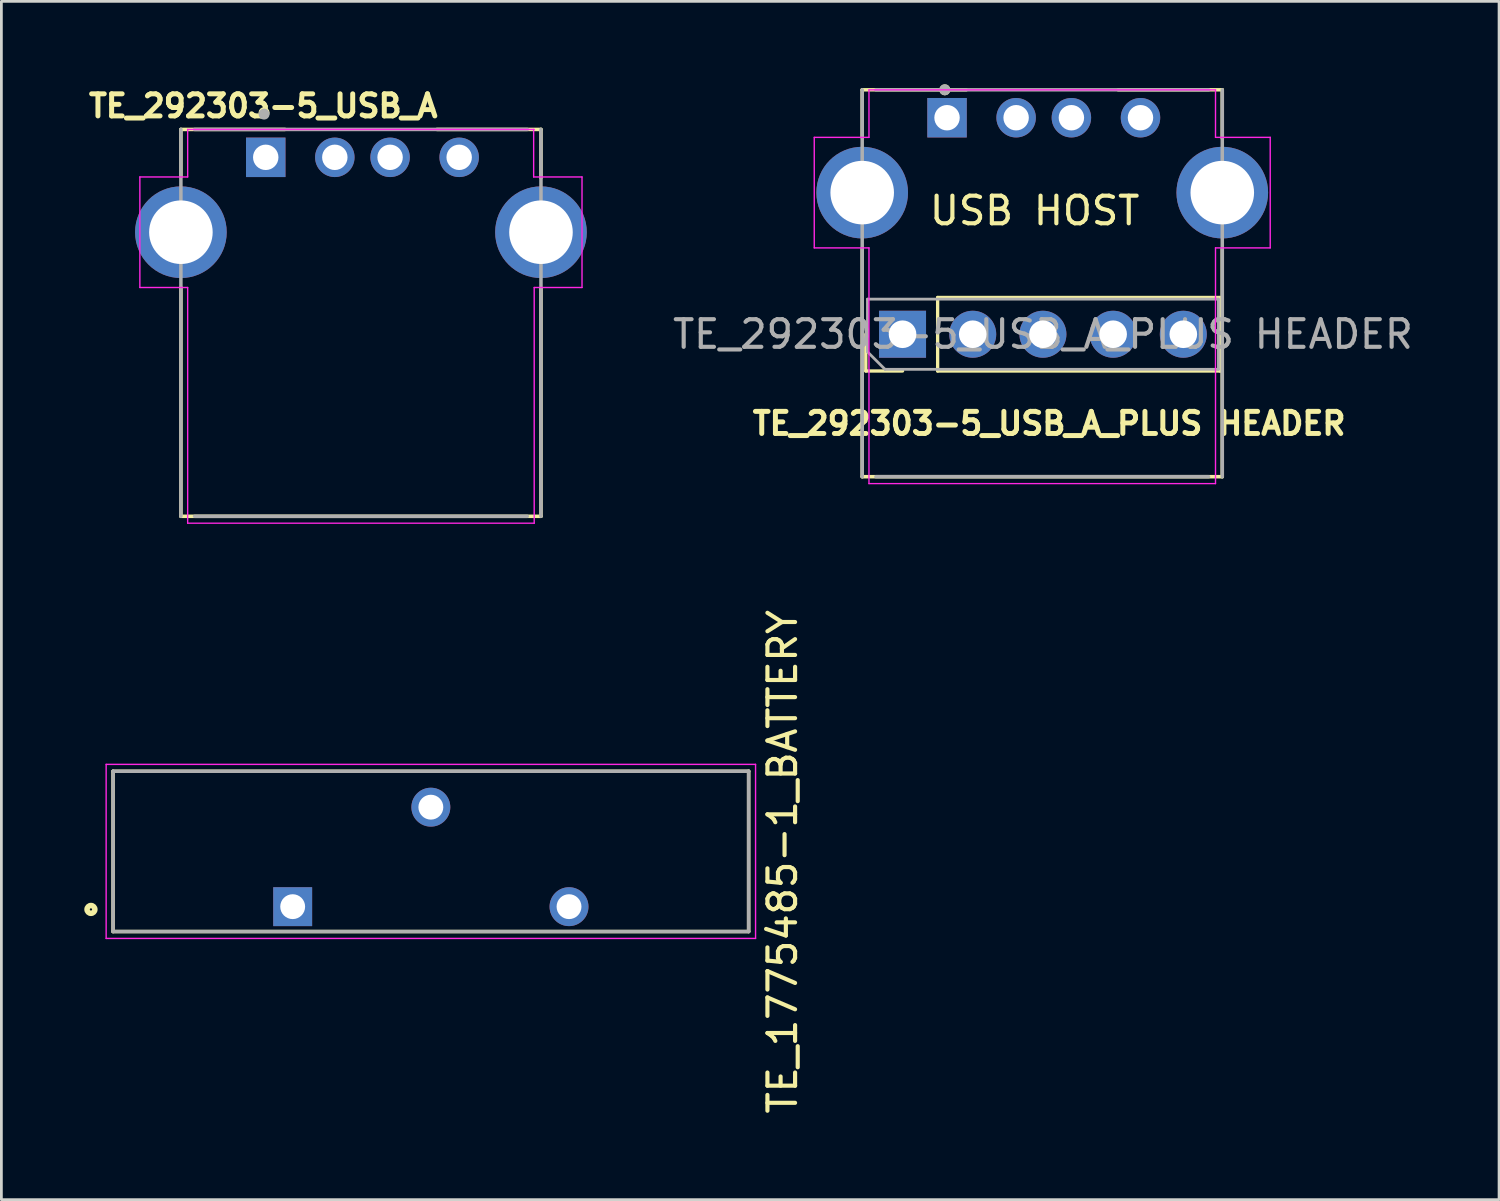
<source format=kicad_pcb>
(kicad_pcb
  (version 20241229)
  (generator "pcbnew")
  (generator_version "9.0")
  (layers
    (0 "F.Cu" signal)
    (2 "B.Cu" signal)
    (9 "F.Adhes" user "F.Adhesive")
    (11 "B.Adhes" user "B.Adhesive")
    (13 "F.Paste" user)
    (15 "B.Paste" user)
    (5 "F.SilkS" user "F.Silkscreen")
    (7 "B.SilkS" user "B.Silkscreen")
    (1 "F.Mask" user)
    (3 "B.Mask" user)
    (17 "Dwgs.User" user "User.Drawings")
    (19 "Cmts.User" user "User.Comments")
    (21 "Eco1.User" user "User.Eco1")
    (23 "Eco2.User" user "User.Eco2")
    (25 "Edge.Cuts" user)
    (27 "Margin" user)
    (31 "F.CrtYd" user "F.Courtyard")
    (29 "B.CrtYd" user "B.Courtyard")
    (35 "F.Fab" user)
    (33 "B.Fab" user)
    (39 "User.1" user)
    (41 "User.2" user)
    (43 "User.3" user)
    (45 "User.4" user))
  (footprint "TE_292303-5_USB_A"
    (layer "F.Cu")
    (at 10.011 15.633)
    (property "Reference" "TE_292303-5_USB_A" (at -3.536 -14.849 0) (layer "F.SilkS") (effects (font (size 0.8 0.8) (thickness 0.18))))
    (attr through_hole)
    (fp_line (start -6.515 -14) (end -2.75 -14) (stroke (width 0.127) (type solid)) (layer "F.SilkS"))
    (fp_line (start -6.515 -12.28) (end -6.515 -14) (stroke (width 0.127) (type solid)) (layer "F.SilkS"))
    (fp_line (start -6.515 -8.28) (end -6.515 0) (stroke (width 0.127) (type solid)) (layer "F.SilkS"))
    (fp_line (start -6.515 0) (end 6.515 0) (stroke (width 0.127) (type solid)) (layer "F.SilkS"))
    (fp_line (start 2.75 -14) (end 6.515 -14) (stroke (width 0.127) (type solid)) (layer "F.SilkS"))
    (fp_line (start 6.515 -14) (end 6.515 -12.25) (stroke (width 0.127) (type solid)) (layer "F.SilkS"))
    (fp_line (start 6.515 0) (end 6.515 -8.24) (stroke (width 0.127) (type solid)) (layer "F.SilkS"))
    (fp_circle (center -3.505 -14.605) (end -3.405 -14.605) (stroke (width 0.2) (type solid)) (fill no) (layer "F.SilkS"))
    (fp_line (start -8 -12.28) (end -6.27 -12.28) (stroke (width 0.05) (type solid)) (layer "F.CrtYd"))
    (fp_line (start -8 -8.28) (end -8 -12.28) (stroke (width 0.05) (type solid)) (layer "F.CrtYd"))
    (fp_line (start -6.27 -14) (end 6.27 -14) (stroke (width 0.05) (type solid)) (layer "F.CrtYd"))
    (fp_line (start -6.27 -12.28) (end -6.27 -14) (stroke (width 0.05) (type solid)) (layer "F.CrtYd"))
    (fp_line (start -6.27 -8.28) (end -8 -8.28) (stroke (width 0.05) (type solid)) (layer "F.CrtYd"))
    (fp_line (start -6.27 0.25) (end -6.27 -8.28) (stroke (width 0.05) (type solid)) (layer "F.CrtYd"))
    (fp_line (start 6.25 -14) (end 6.25 -12.28) (stroke (width 0.05) (type solid)) (layer "F.CrtYd"))
    (fp_line (start 6.25 -12.28) (end 8 -12.28) (stroke (width 0.05) (type solid)) (layer "F.CrtYd"))
    (fp_line (start 6.27 -8.28) (end 6.27 0.25) (stroke (width 0.05) (type solid)) (layer "F.CrtYd"))
    (fp_line (start 6.27 0.25) (end -6.27 0.25) (stroke (width 0.05) (type solid)) (layer "F.CrtYd"))
    (fp_line (start 8 -12.28) (end 8 -8.28) (stroke (width 0.05) (type solid)) (layer "F.CrtYd"))
    (fp_line (start 8 -8.28) (end 6.27 -8.28) (stroke (width 0.05) (type solid)) (layer "F.CrtYd"))
    (fp_line (start -6.515 -14) (end -6.515 0) (stroke (width 0.127) (type solid)) (layer "F.Fab"))
    (fp_line (start -6.02 0) (end 6.02 0) (stroke (width 0.127) (type solid)) (layer "F.Fab"))
    (fp_line (start 6.02 -14) (end -6.02 -14) (stroke (width 0.127) (type solid)) (layer "F.Fab"))
    (fp_line (start 6.515 0) (end 6.515 -14) (stroke (width 0.127) (type solid)) (layer "F.Fab"))
    (fp_circle (center -3.505 -14.554) (end -3.405 -14.554) (stroke (width 0.2) (type solid)) (fill no) (layer "F.Fab"))
    (pad "1" thru_hole rect (at -3.445 -12.99) (size 1.428 1.428) (drill 0.92) (layers "*.Cu" "*.Mask"))
    (pad "2" thru_hole circle (at -0.945 -12.99) (size 1.428 1.428) (drill 0.92) (layers "*.Cu" "*.Mask"))
    (pad "3" thru_hole circle (at 1.055 -12.99) (size 1.428 1.428) (drill 0.92) (layers "*.Cu" "*.Mask"))
    (pad "4" thru_hole circle (at 3.555 -12.99) (size 1.428 1.428) (drill 0.92) (layers "*.Cu" "*.Mask"))
    (pad "SH1" thru_hole circle (at -6.515 -10.28) (size 3.316 3.316) (drill 2.3) (layers "*.Cu" "*.Mask"))
    (pad "SH2" thru_hole circle (at 6.515 -10.28) (size 3.316 3.316) (drill 2.3) (layers "*.Cu" "*.Mask")))
  (footprint "TE_292303-5_USB_A_PLUS HEADER"
    (layer "F.Cu")
    (at 34.665 14.2)
    (property "Reference" "TE_292303-5_USB_A_PLUS HEADER" (at 0.25 -1.925 0) (layer "F.SilkS") (effects (font (size 0.8 0.8) (thickness 0.18))))
    (property "Label" "USB HOST" (at 0 0 0) (layer "F.Fab") (hide yes) (effects (font (size 1.27 1.27) (thickness 0.15))))
    (attr through_hole)
    (fp_line (start -6.515 -14) (end -2.75 -14) (stroke (width 0.127) (type solid)) (layer "F.SilkS"))
    (fp_line (start -6.515 -12.28) (end -6.515 -14) (stroke (width 0.127) (type solid)) (layer "F.SilkS"))
    (fp_line (start -6.515 -8.28) (end -6.515 0) (stroke (width 0.127) (type solid)) (layer "F.SilkS"))
    (fp_line (start -6.515 0) (end 6.515 0) (stroke (width 0.127) (type solid)) (layer "F.SilkS"))
    (fp_line (start -6.385 -3.825) (end -6.385 -5.155) (stroke (width 0.12) (type solid)) (layer "F.SilkS"))
    (fp_line (start -5.055 -3.825) (end -6.385 -3.825) (stroke (width 0.12) (type solid)) (layer "F.SilkS"))
    (fp_line (start -3.785 -6.485) (end 6.435 -6.485) (stroke (width 0.12) (type solid)) (layer "F.SilkS"))
    (fp_line (start -3.785 -3.825) (end -3.785 -6.485) (stroke (width 0.12) (type solid)) (layer "F.SilkS"))
    (fp_line (start -3.785 -3.825) (end 6.435 -3.825) (stroke (width 0.12) (type solid)) (layer "F.SilkS"))
    (fp_line (start 2.75 -14) (end 6.515 -14) (stroke (width 0.127) (type solid)) (layer "F.SilkS"))
    (fp_line (start 6.435 -3.825) (end 6.435 -6.485) (stroke (width 0.12) (type solid)) (layer "F.SilkS"))
    (fp_line (start 6.515 -14) (end 6.515 -12.25) (stroke (width 0.127) (type solid)) (layer "F.SilkS"))
    (fp_line (start 6.515 0) (end 6.515 -8.24) (stroke (width 0.127) (type solid)) (layer "F.SilkS"))
    (fp_circle (center -3.525 -14) (end -3.425 -14) (stroke (width 0.2) (type solid)) (fill no) (layer "F.SilkS"))
    (fp_line (start -8.25 -12.28) (end -6.27 -12.28) (stroke (width 0.05) (type solid)) (layer "F.CrtYd"))
    (fp_line (start -8.25 -8.28) (end -8.25 -12.28) (stroke (width 0.05) (type solid)) (layer "F.CrtYd"))
    (fp_line (start -6.27 -14) (end 6.27 -14) (stroke (width 0.05) (type solid)) (layer "F.CrtYd"))
    (fp_line (start -6.27 -12.28) (end -6.27 -14) (stroke (width 0.05) (type solid)) (layer "F.CrtYd"))
    (fp_line (start -6.27 -8.28) (end -8.25 -8.28) (stroke (width 0.05) (type solid)) (layer "F.CrtYd"))
    (fp_line (start -6.27 0.25) (end -6.27 -8.28) (stroke (width 0.05) (type solid)) (layer "F.CrtYd"))
    (fp_line (start 6.27 -14) (end 6.27 -12.28) (stroke (width 0.05) (type solid)) (layer "F.CrtYd"))
    (fp_line (start 6.27 -12.28) (end 8.25 -12.28) (stroke (width 0.05) (type solid)) (layer "F.CrtYd"))
    (fp_line (start 6.27 -8.28) (end 6.27 0.25) (stroke (width 0.05) (type solid)) (layer "F.CrtYd"))
    (fp_line (start 6.27 0.25) (end -6.27 0.25) (stroke (width 0.05) (type solid)) (layer "F.CrtYd"))
    (fp_line (start 8.25 -12.28) (end 8.25 -8.28) (stroke (width 0.05) (type solid)) (layer "F.CrtYd"))
    (fp_line (start 8.25 -8.28) (end 6.27 -8.28) (stroke (width 0.05) (type solid)) (layer "F.CrtYd"))
    (fp_line (start -6.515 -14) (end -6.515 0) (stroke (width 0.127) (type solid)) (layer "F.Fab"))
    (fp_line (start -6.325 -6.425) (end 6.375 -6.425) (stroke (width 0.1) (type solid)) (layer "F.Fab"))
    (fp_line (start -6.325 -4.52) (end -6.325 -6.425) (stroke (width 0.1) (type solid)) (layer "F.Fab"))
    (fp_line (start -6.02 0) (end 6.02 0) (stroke (width 0.127) (type solid)) (layer "F.Fab"))
    (fp_line (start -5.69 -3.885) (end -6.325 -4.52) (stroke (width 0.1) (type solid)) (layer "F.Fab"))
    (fp_line (start 6.02 -14) (end -6.02 -14) (stroke (width 0.127) (type solid)) (layer "F.Fab"))
    (fp_line (start 6.375 -6.425) (end 6.375 -3.885) (stroke (width 0.1) (type solid)) (layer "F.Fab"))
    (fp_line (start 6.375 -3.885) (end -5.69 -3.885) (stroke (width 0.1) (type solid)) (layer "F.Fab"))
    (fp_line (start 6.515 0) (end 6.515 -14) (stroke (width 0.127) (type solid)) (layer "F.Fab"))
    (fp_circle (center -3.525 -14) (end -3.425 -14) (stroke (width 0.2) (type solid)) (fill no) (layer "F.Fab"))
    (fp_text user "${Label}" (at -0.275 -9.625 0) (layer "F.SilkS") (effects (font (size 1 1) (thickness 0.15))))
    (fp_text user "${REFERENCE}" (at 0.025 -5.155 180) (layer "F.Fab") (effects (font (size 1 1) (thickness 0.15))))
    (pad "1" thru_hole rect (at -5.055 -5.155 90) (size 1.7 1.7) (drill 1) (layers "*.Cu" "*.Mask"))
    (pad "1" thru_hole rect (at -3.445 -12.99) (size 1.428 1.428) (drill 0.92) (layers "*.Cu" "*.Mask"))
    (pad "2" thru_hole oval (at -2.515 -5.155 90) (size 1.7 1.7) (drill 1) (layers "*.Cu" "*.Mask"))
    (pad "2" thru_hole circle (at -0.945 -12.99) (size 1.428 1.428) (drill 0.92) (layers "*.Cu" "*.Mask"))
    (pad "3" thru_hole oval (at 0.025 -5.155 90) (size 1.7 1.7) (drill 1) (layers "*.Cu" "*.Mask"))
    (pad "3" thru_hole circle (at 1.055 -12.99) (size 1.428 1.428) (drill 0.92) (layers "*.Cu" "*.Mask"))
    (pad "4" thru_hole oval (at 2.565 -5.155 90) (size 1.7 1.7) (drill 1) (layers "*.Cu" "*.Mask"))
    (pad "4" thru_hole circle (at 3.555 -12.99) (size 1.428 1.428) (drill 0.92) (layers "*.Cu" "*.Mask"))
    (pad "5" thru_hole circle (at -6.515 -10.28) (size 3.316 3.316) (drill 2.3) (layers "*.Cu" "*.Mask"))
    (pad "5" thru_hole oval (at 5.105 -5.155 90) (size 1.7 1.7) (drill 1) (layers "*.Cu" "*.Mask"))
    (pad "5" thru_hole circle (at 6.515 -10.28) (size 3.316 3.316) (drill 2.3) (layers "*.Cu" "*.Mask")))
  (footprint "TE_1775485-1_BATTERY"
    (layer "F.Cu")
    (at 12.541 27.759)
    (property "Reference" "TE_1775485-1_BATTERY" (at 12.725 0.375 90) (layer "F.SilkS") (effects (font (size 1.001 1.001) (thickness 0.15))))
    (attr through_hole)
    (fp_line (start -11.5 -2.9) (end 11.5 -2.9) (stroke (width 0.127) (type solid)) (layer "F.SilkS"))
    (fp_line (start -11.5 2.9) (end -11.5 -2.9) (stroke (width 0.127) (type solid)) (layer "F.SilkS"))
    (fp_line (start 11.5 -2.9) (end 11.5 2.9) (stroke (width 0.127) (type solid)) (layer "F.SilkS"))
    (fp_line (start 11.5 2.9) (end -11.5 2.9) (stroke (width 0.127) (type solid)) (layer "F.SilkS"))
    (fp_circle (center -12.3 2.1) (end -12.159 2.1) (stroke (width 0.2) (type solid)) (fill no) (layer "F.SilkS"))
    (fp_line (start -11.75 -3.15) (end 11.75 -3.15) (stroke (width 0.05) (type solid)) (layer "F.CrtYd"))
    (fp_line (start -11.75 3.15) (end -11.75 -3.15) (stroke (width 0.05) (type solid)) (layer "F.CrtYd"))
    (fp_line (start 11.75 -3.15) (end 11.75 3.15) (stroke (width 0.05) (type solid)) (layer "F.CrtYd"))
    (fp_line (start 11.75 3.15) (end -11.75 3.15) (stroke (width 0.05) (type solid)) (layer "F.CrtYd"))
    (fp_line (start -11.5 -2.9) (end 11.5 -2.9) (stroke (width 0.127) (type solid)) (layer "F.Fab"))
    (fp_line (start -11.5 2.9) (end -11.5 -2.9) (stroke (width 0.127) (type solid)) (layer "F.Fab"))
    (fp_line (start 11.5 -2.9) (end 11.5 2.9) (stroke (width 0.127) (type solid)) (layer "F.Fab"))
    (fp_line (start 11.5 2.9) (end -11.5 2.9) (stroke (width 0.127) (type solid)) (layer "F.Fab"))
    (pad "1" thru_hole rect (at -5 2) (size 1.408 1.408) (drill 0.9) (layers "*.Cu" "*.Mask"))
    (pad "2" thru_hole circle (at 0 -1.6) (size 1.408 1.408) (drill 0.9) (layers "*.Cu" "*.Mask"))
    (pad "3" thru_hole circle (at 5 2) (size 1.408 1.408) (drill 0.9) (layers "*.Cu" "*.Mask")))
  (gr_rect
    (start -3 -3)
    (end 51.196 40.36)
    (stroke (width 0.1) (type default))
    (fill no)
    (layer "Edge.Cuts")))
</source>
